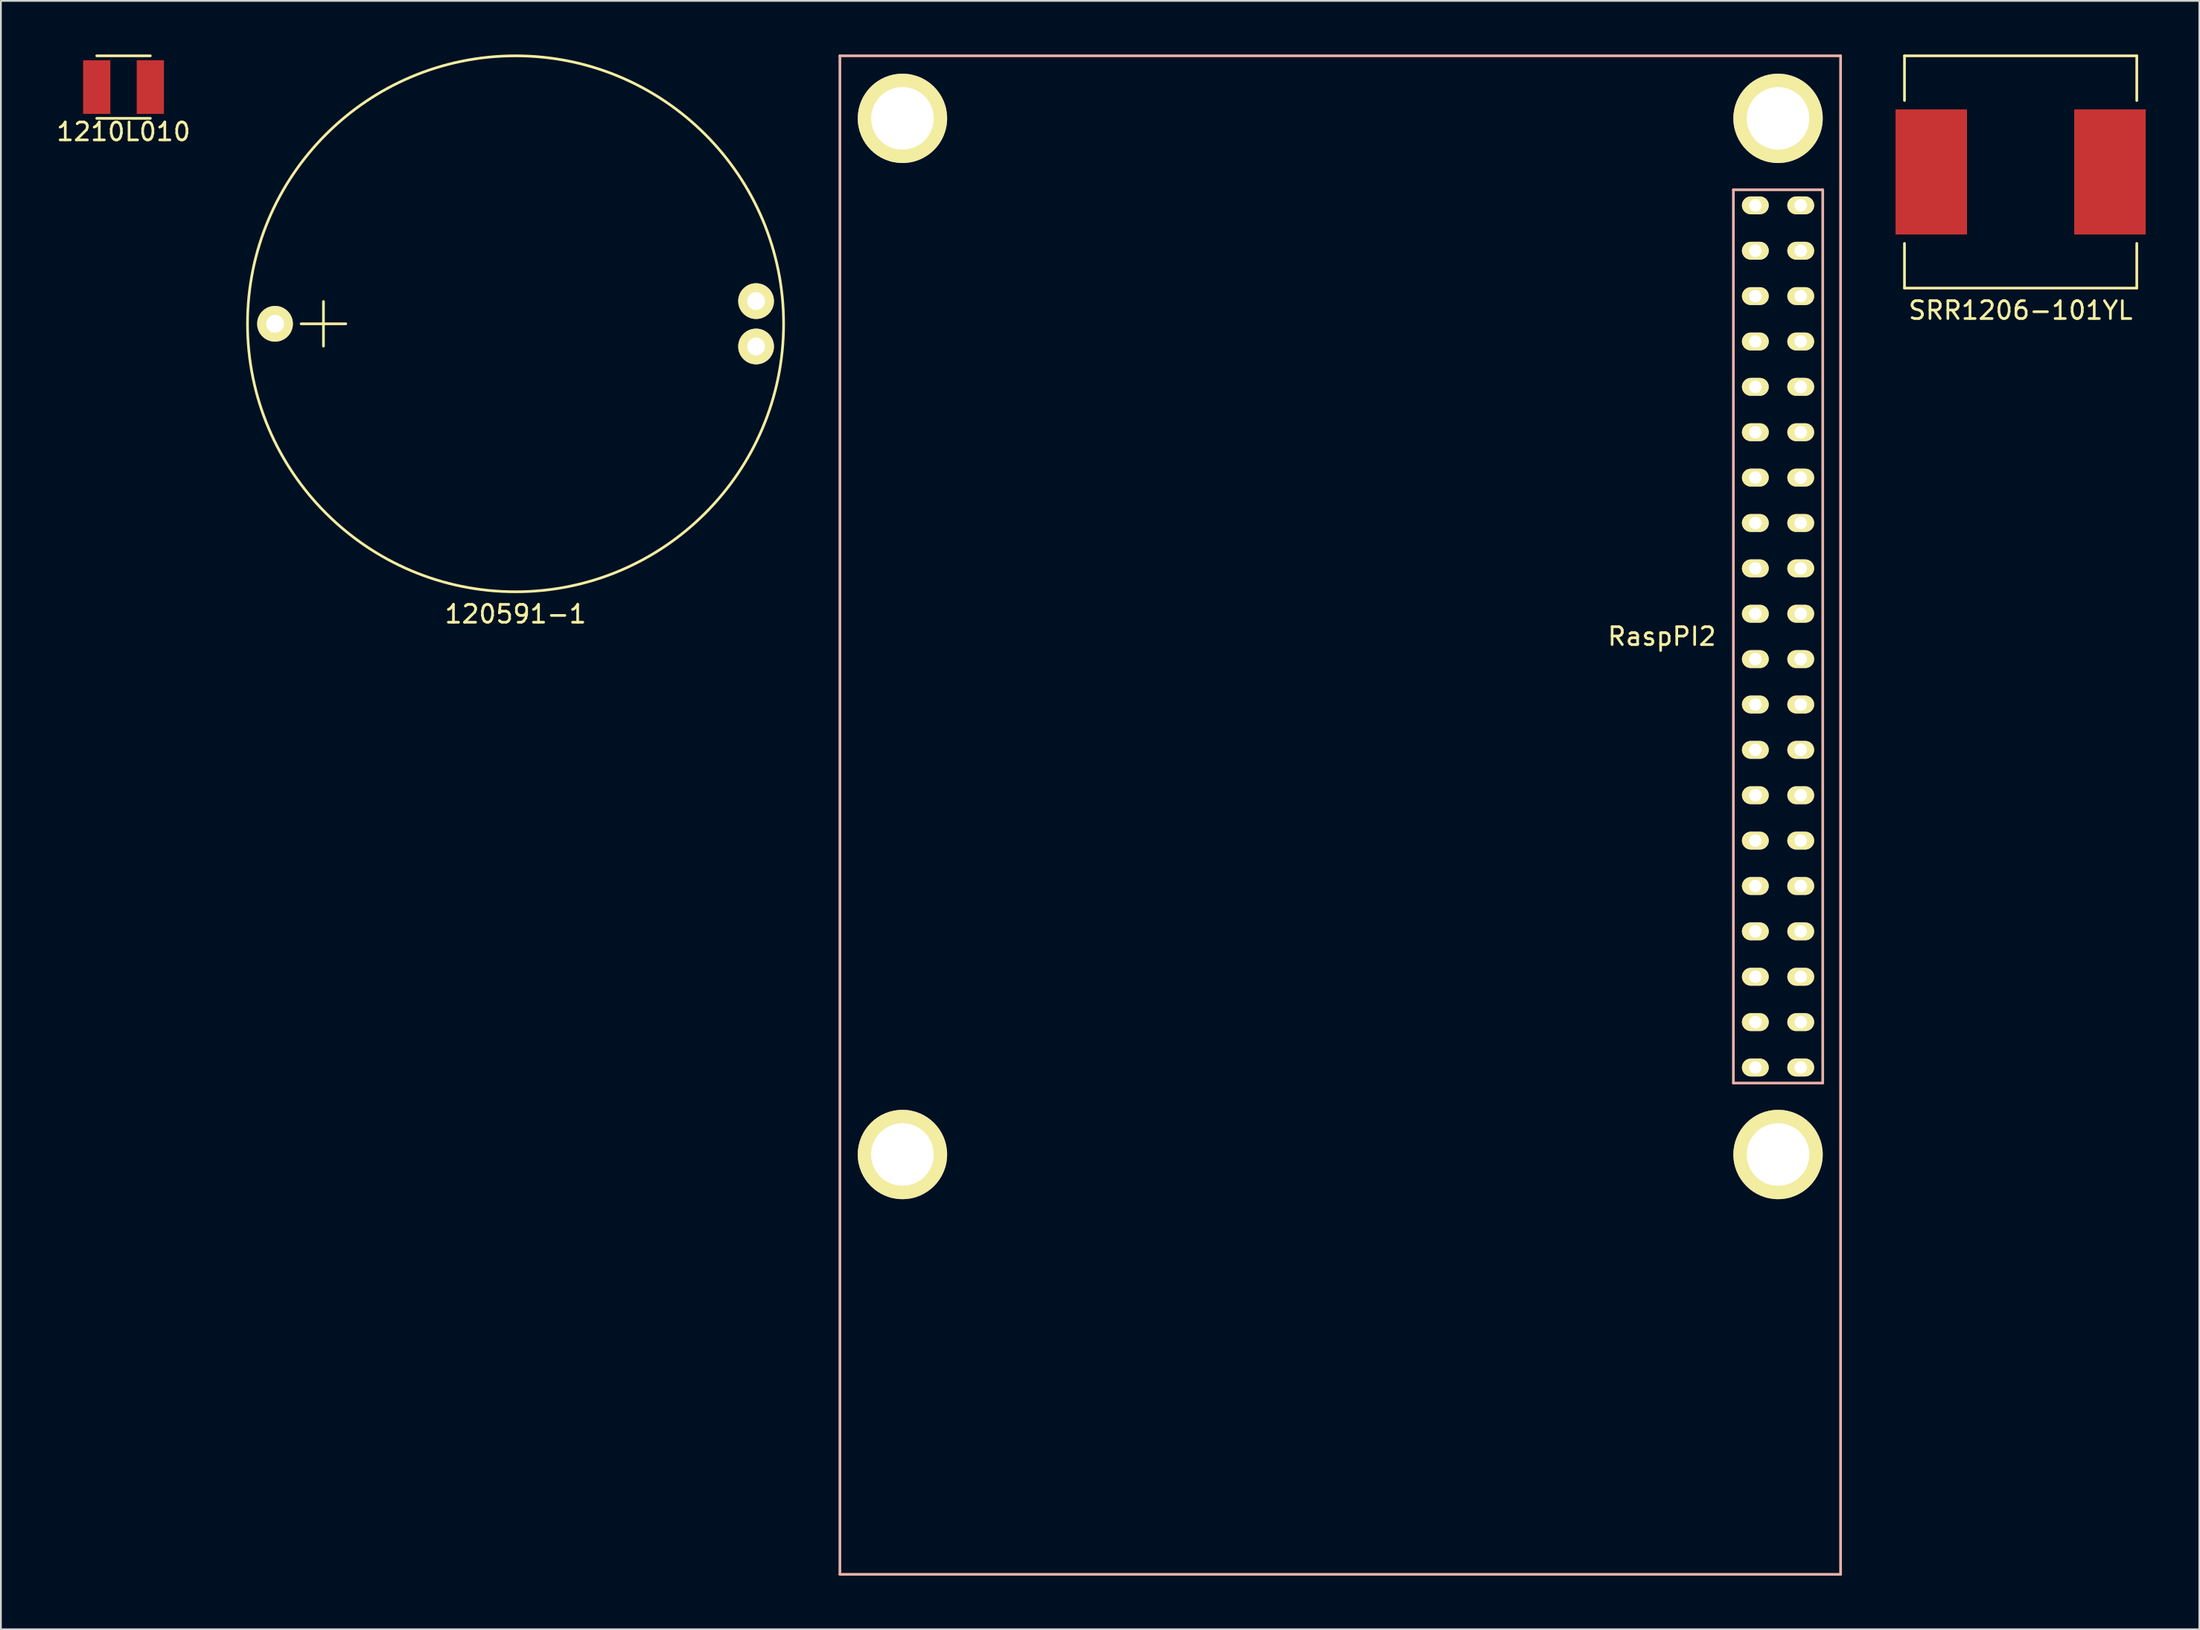
<source format=kicad_pcb>
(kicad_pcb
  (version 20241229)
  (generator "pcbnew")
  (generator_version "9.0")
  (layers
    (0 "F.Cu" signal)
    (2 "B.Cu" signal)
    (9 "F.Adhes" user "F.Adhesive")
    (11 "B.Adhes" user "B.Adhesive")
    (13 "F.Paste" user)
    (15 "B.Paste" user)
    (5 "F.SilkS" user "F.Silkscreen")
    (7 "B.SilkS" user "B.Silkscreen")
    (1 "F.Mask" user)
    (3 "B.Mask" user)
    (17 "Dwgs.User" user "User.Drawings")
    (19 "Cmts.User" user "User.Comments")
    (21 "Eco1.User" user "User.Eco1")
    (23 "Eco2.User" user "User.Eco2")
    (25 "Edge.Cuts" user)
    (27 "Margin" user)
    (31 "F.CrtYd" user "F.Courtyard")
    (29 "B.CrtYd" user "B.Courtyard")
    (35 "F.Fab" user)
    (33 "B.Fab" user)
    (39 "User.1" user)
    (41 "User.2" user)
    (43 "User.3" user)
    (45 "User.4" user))
  (footprint "1210L010"
    (layer "F.Cu")
    (at 3.863 1.825)
    (property "Reference" "1210L010" (at 0 2.5 0) (layer "F.SilkS") (effects (font (size 1 1) (thickness 0.15))))
    (attr through_hole)
    (fp_line (start -1.5 -1.75) (end 1.5 -1.75) (stroke (width 0.15) (type solid)) (layer "F.SilkS"))
    (fp_line (start 1.5 1.75) (end -1.5 1.75) (stroke (width 0.15) (type solid)) (layer "F.SilkS"))
    (pad "1" smd trapezoid (at -1.5 0) (size 1.524 3) (layers "F.Cu" "F.Mask" "F.Paste"))
    (pad "2" smd trapezoid (at 1.5 0) (size 1.524 3) (layers "F.Cu" "F.Mask" "F.Paste")))
  (footprint "SRR1206-101YL"
    (layer "F.Cu")
    (at 110.026 6.575)
    (property "Reference" "SRR1206-101YL" (at 0 7.75 0) (layer "F.SilkS") (effects (font (size 1 1) (thickness 0.15))))
    (attr through_hole)
    (fp_line (start -6.5 -6.5) (end 6.5 -6.5) (stroke (width 0.15) (type solid)) (layer "F.SilkS"))
    (fp_line (start -6.5 -4) (end -6.5 -6.5) (stroke (width 0.15) (type solid)) (layer "F.SilkS"))
    (fp_line (start -6.5 6.5) (end -6.5 4) (stroke (width 0.15) (type solid)) (layer "F.SilkS"))
    (fp_line (start 6.5 -6.5) (end 6.5 -4) (stroke (width 0.15) (type solid)) (layer "F.SilkS"))
    (fp_line (start 6.5 6.5) (end -6.5 6.5) (stroke (width 0.15) (type solid)) (layer "F.SilkS"))
    (fp_line (start 6.5 6.5) (end 6.5 4) (stroke (width 0.15) (type solid)) (layer "F.SilkS"))
    (pad "1" smd rect (at -5 0) (size 4 7) (layers "F.Cu" "F.Mask" "F.Paste"))
    (pad "2" smd rect (at 5 0) (size 4 7) (layers "F.Cu" "F.Mask" "F.Paste")))
  (footprint "120591-1"
    (layer "F.Cu")
    (at 25.801 15.075)
    (property "Reference" "120591-1" (at 0 16.25 0) (layer "F.SilkS") (effects (font (size 1 1) (thickness 0.15))))
    (attr through_hole)
    (fp_line (start -12 0) (end -9.5 0) (stroke (width 0.15) (type solid)) (layer "F.SilkS"))
    (fp_line (start -10.75 -1.25) (end -10.75 1.25) (stroke (width 0.15) (type solid)) (layer "F.SilkS"))
    (fp_circle (center 0 0) (end 15 0) (stroke (width 0.15) (type solid)) (fill no) (layer "F.SilkS"))
    (pad "1" thru_hole circle (at -13.46 0) (size 2 2) (drill 1) (layers "*.Cu" "*.Mask" "F.SilkS"))
    (pad "2" thru_hole circle (at 13.46 -1.27) (size 2 2) (drill 1) (layers "*.Cu" "*.Mask" "F.SilkS"))
    (pad "2" thru_hole circle (at 13.46 1.27) (size 2 2) (drill 1) (layers "*.Cu" "*.Mask" "F.SilkS")))
  (footprint "RaspPI2"
    (layer "F.Cu")
    (at 96.451 32.575)
    (property "Reference" "RaspPI2" (at -6.5 0 0) (layer "F.SilkS") (effects (font (size 1 1) (thickness 0.15))))
    (attr through_hole)
    (fp_line (start -52.5 -32.5) (end -52.5 52.5) (stroke (width 0.15) (type solid)) (layer "B.SilkS"))
    (fp_line (start -52.5 52.5) (end 3.5 52.5) (stroke (width 0.15) (type solid)) (layer "B.SilkS"))
    (fp_line (start -2.5 -25) (end 2.5 -25) (stroke (width 0.15) (type solid)) (layer "B.SilkS"))
    (fp_line (start -2.5 25) (end -2.5 -25) (stroke (width 0.15) (type solid)) (layer "B.SilkS"))
    (fp_line (start 2.5 -25) (end 2.5 25) (stroke (width 0.15) (type solid)) (layer "B.SilkS"))
    (fp_line (start 2.5 25) (end -2.5 25) (stroke (width 0.15) (type solid)) (layer "B.SilkS"))
    (fp_line (start 3.5 -32.5) (end -52.5 -32.5) (stroke (width 0.15) (type solid)) (layer "B.SilkS"))
    (fp_line (start 3.5 52.5) (end 3.5 -32.5) (stroke (width 0.15) (type solid)) (layer "B.SilkS"))
    (pad "" np_thru_hole circle (at -49 -29) (size 5 5) (drill 3.5) (layers "*.Cu" "*.Mask" "F.SilkS"))
    (pad "" np_thru_hole circle (at -49 29) (size 5 5) (drill 3.5) (layers "*.Cu" "*.Mask" "F.SilkS"))
    (pad "" np_thru_hole circle (at 0 -29) (size 5 5) (drill 3.5) (layers "*.Cu" "*.Mask" "F.SilkS"))
    (pad "" np_thru_hole circle (at 0 29) (size 5 5) (drill 3.5) (layers "*.Cu" "*.Mask" "F.SilkS"))
    (pad "1" thru_hole oval (at -1.27 -24.13) (size 1.5 1) (drill 0.7) (layers "*.Cu" "*.Mask" "F.SilkS"))
    (pad "2" thru_hole oval (at 1.27 -24.13) (size 1.5 1) (drill 0.7) (layers "*.Cu" "*.Mask" "F.SilkS"))
    (pad "3" thru_hole oval (at -1.27 -21.59) (size 1.5 1) (drill 0.7) (layers "*.Cu" "*.Mask" "F.SilkS"))
    (pad "4" thru_hole oval (at 1.27 -21.59) (size 1.5 1) (drill 0.7) (layers "*.Cu" "*.Mask" "F.SilkS"))
    (pad "5" thru_hole oval (at -1.27 -19.05) (size 1.5 1) (drill 0.7) (layers "*.Cu" "*.Mask" "F.SilkS"))
    (pad "6" thru_hole oval (at 1.27 -19.05) (size 1.5 1) (drill 0.7) (layers "*.Cu" "*.Mask" "F.SilkS"))
    (pad "7" thru_hole oval (at -1.27 -16.51) (size 1.5 1) (drill 0.7) (layers "*.Cu" "*.Mask" "F.SilkS"))
    (pad "8" thru_hole oval (at 1.27 -16.51) (size 1.5 1) (drill 0.7) (layers "*.Cu" "*.Mask" "F.SilkS"))
    (pad "9" thru_hole oval (at -1.27 -13.97) (size 1.5 1) (drill 0.7) (layers "*.Cu" "*.Mask" "F.SilkS"))
    (pad "10" thru_hole oval (at 1.27 -13.97) (size 1.5 1) (drill 0.7) (layers "*.Cu" "*.Mask" "F.SilkS"))
    (pad "11" thru_hole oval (at -1.27 -11.43) (size 1.5 1) (drill 0.7) (layers "*.Cu" "*.Mask" "F.SilkS"))
    (pad "12" thru_hole oval (at 1.27 -11.43) (size 1.5 1) (drill 0.7) (layers "*.Cu" "*.Mask" "F.SilkS"))
    (pad "13" thru_hole oval (at -1.27 -8.89) (size 1.5 1) (drill 0.7) (layers "*.Cu" "*.Mask" "F.SilkS"))
    (pad "14" thru_hole oval (at 1.27 -8.89) (size 1.5 1) (drill 0.7) (layers "*.Cu" "*.Mask" "F.SilkS"))
    (pad "15" thru_hole oval (at -1.27 -6.35) (size 1.5 1) (drill 0.7) (layers "*.Cu" "*.Mask" "F.SilkS"))
    (pad "16" thru_hole oval (at 1.27 -6.35) (size 1.5 1) (drill 0.7) (layers "*.Cu" "*.Mask" "F.SilkS"))
    (pad "17" thru_hole oval (at -1.27 -3.81) (size 1.5 1) (drill 0.7) (layers "*.Cu" "*.Mask" "F.SilkS"))
    (pad "18" thru_hole oval (at 1.27 -3.81) (size 1.5 1) (drill 0.7) (layers "*.Cu" "*.Mask" "F.SilkS"))
    (pad "19" thru_hole oval (at -1.27 -1.27) (size 1.5 1) (drill 0.7) (layers "*.Cu" "*.Mask" "F.SilkS"))
    (pad "20" thru_hole oval (at 1.27 -1.27) (size 1.5 1) (drill 0.7) (layers "*.Cu" "*.Mask" "F.SilkS"))
    (pad "21" thru_hole oval (at -1.27 1.27) (size 1.5 1) (drill 0.7) (layers "*.Cu" "*.Mask" "F.SilkS"))
    (pad "22" thru_hole oval (at 1.27 1.27) (size 1.5 1) (drill 0.7) (layers "*.Cu" "*.Mask" "F.SilkS"))
    (pad "23" thru_hole oval (at -1.27 3.81) (size 1.5 1) (drill 0.7) (layers "*.Cu" "*.Mask" "F.SilkS"))
    (pad "24" thru_hole oval (at 1.27 3.81) (size 1.5 1) (drill 0.7) (layers "*.Cu" "*.Mask" "F.SilkS"))
    (pad "25" thru_hole oval (at -1.27 6.35) (size 1.5 1) (drill 0.7) (layers "*.Cu" "*.Mask" "F.SilkS"))
    (pad "26" thru_hole oval (at 1.27 6.35) (size 1.5 1) (drill 0.7) (layers "*.Cu" "*.Mask" "F.SilkS"))
    (pad "27" thru_hole oval (at -1.27 8.89) (size 1.5 1) (drill 0.7) (layers "*.Cu" "*.Mask" "F.SilkS"))
    (pad "28" thru_hole oval (at 1.27 8.89) (size 1.5 1) (drill 0.7) (layers "*.Cu" "*.Mask" "F.SilkS"))
    (pad "29" thru_hole oval (at -1.27 11.43) (size 1.5 1) (drill 0.7) (layers "*.Cu" "*.Mask" "F.SilkS"))
    (pad "30" thru_hole oval (at 1.27 11.43) (size 1.5 1) (drill 0.7) (layers "*.Cu" "*.Mask" "F.SilkS"))
    (pad "31" thru_hole oval (at -1.27 13.97) (size 1.5 1) (drill 0.7) (layers "*.Cu" "*.Mask" "F.SilkS"))
    (pad "32" thru_hole oval (at 1.27 13.97) (size 1.5 1) (drill 0.7) (layers "*.Cu" "*.Mask" "F.SilkS"))
    (pad "33" thru_hole oval (at -1.27 16.51) (size 1.5 1) (drill 0.7) (layers "*.Cu" "*.Mask" "F.SilkS"))
    (pad "34" thru_hole oval (at 1.27 16.51) (size 1.5 1) (drill 0.7) (layers "*.Cu" "*.Mask" "F.SilkS"))
    (pad "35" thru_hole oval (at -1.27 19.05) (size 1.5 1) (drill 0.7) (layers "*.Cu" "*.Mask" "F.SilkS"))
    (pad "36" thru_hole oval (at 1.27 19.05) (size 1.5 1) (drill 0.7) (layers "*.Cu" "*.Mask" "F.SilkS"))
    (pad "37" thru_hole oval (at -1.27 21.59) (size 1.5 1) (drill 0.7) (layers "*.Cu" "*.Mask" "F.SilkS"))
    (pad "38" thru_hole oval (at 1.27 21.59) (size 1.5 1) (drill 0.7) (layers "*.Cu" "*.Mask" "F.SilkS"))
    (pad "39" thru_hole oval (at -1.27 24.13) (size 1.5 1) (drill 0.7) (layers "*.Cu" "*.Mask" "F.SilkS"))
    (pad "40" thru_hole oval (at 1.27 24.13) (size 1.5 1) (drill 0.7) (layers "*.Cu" "*.Mask" "F.SilkS")))
  (gr_rect
    (start -3 -3)
    (end 120.026 88.15)
    (stroke (width 0.1) (type default))
    (fill no)
    (layer "Edge.Cuts")))
</source>
